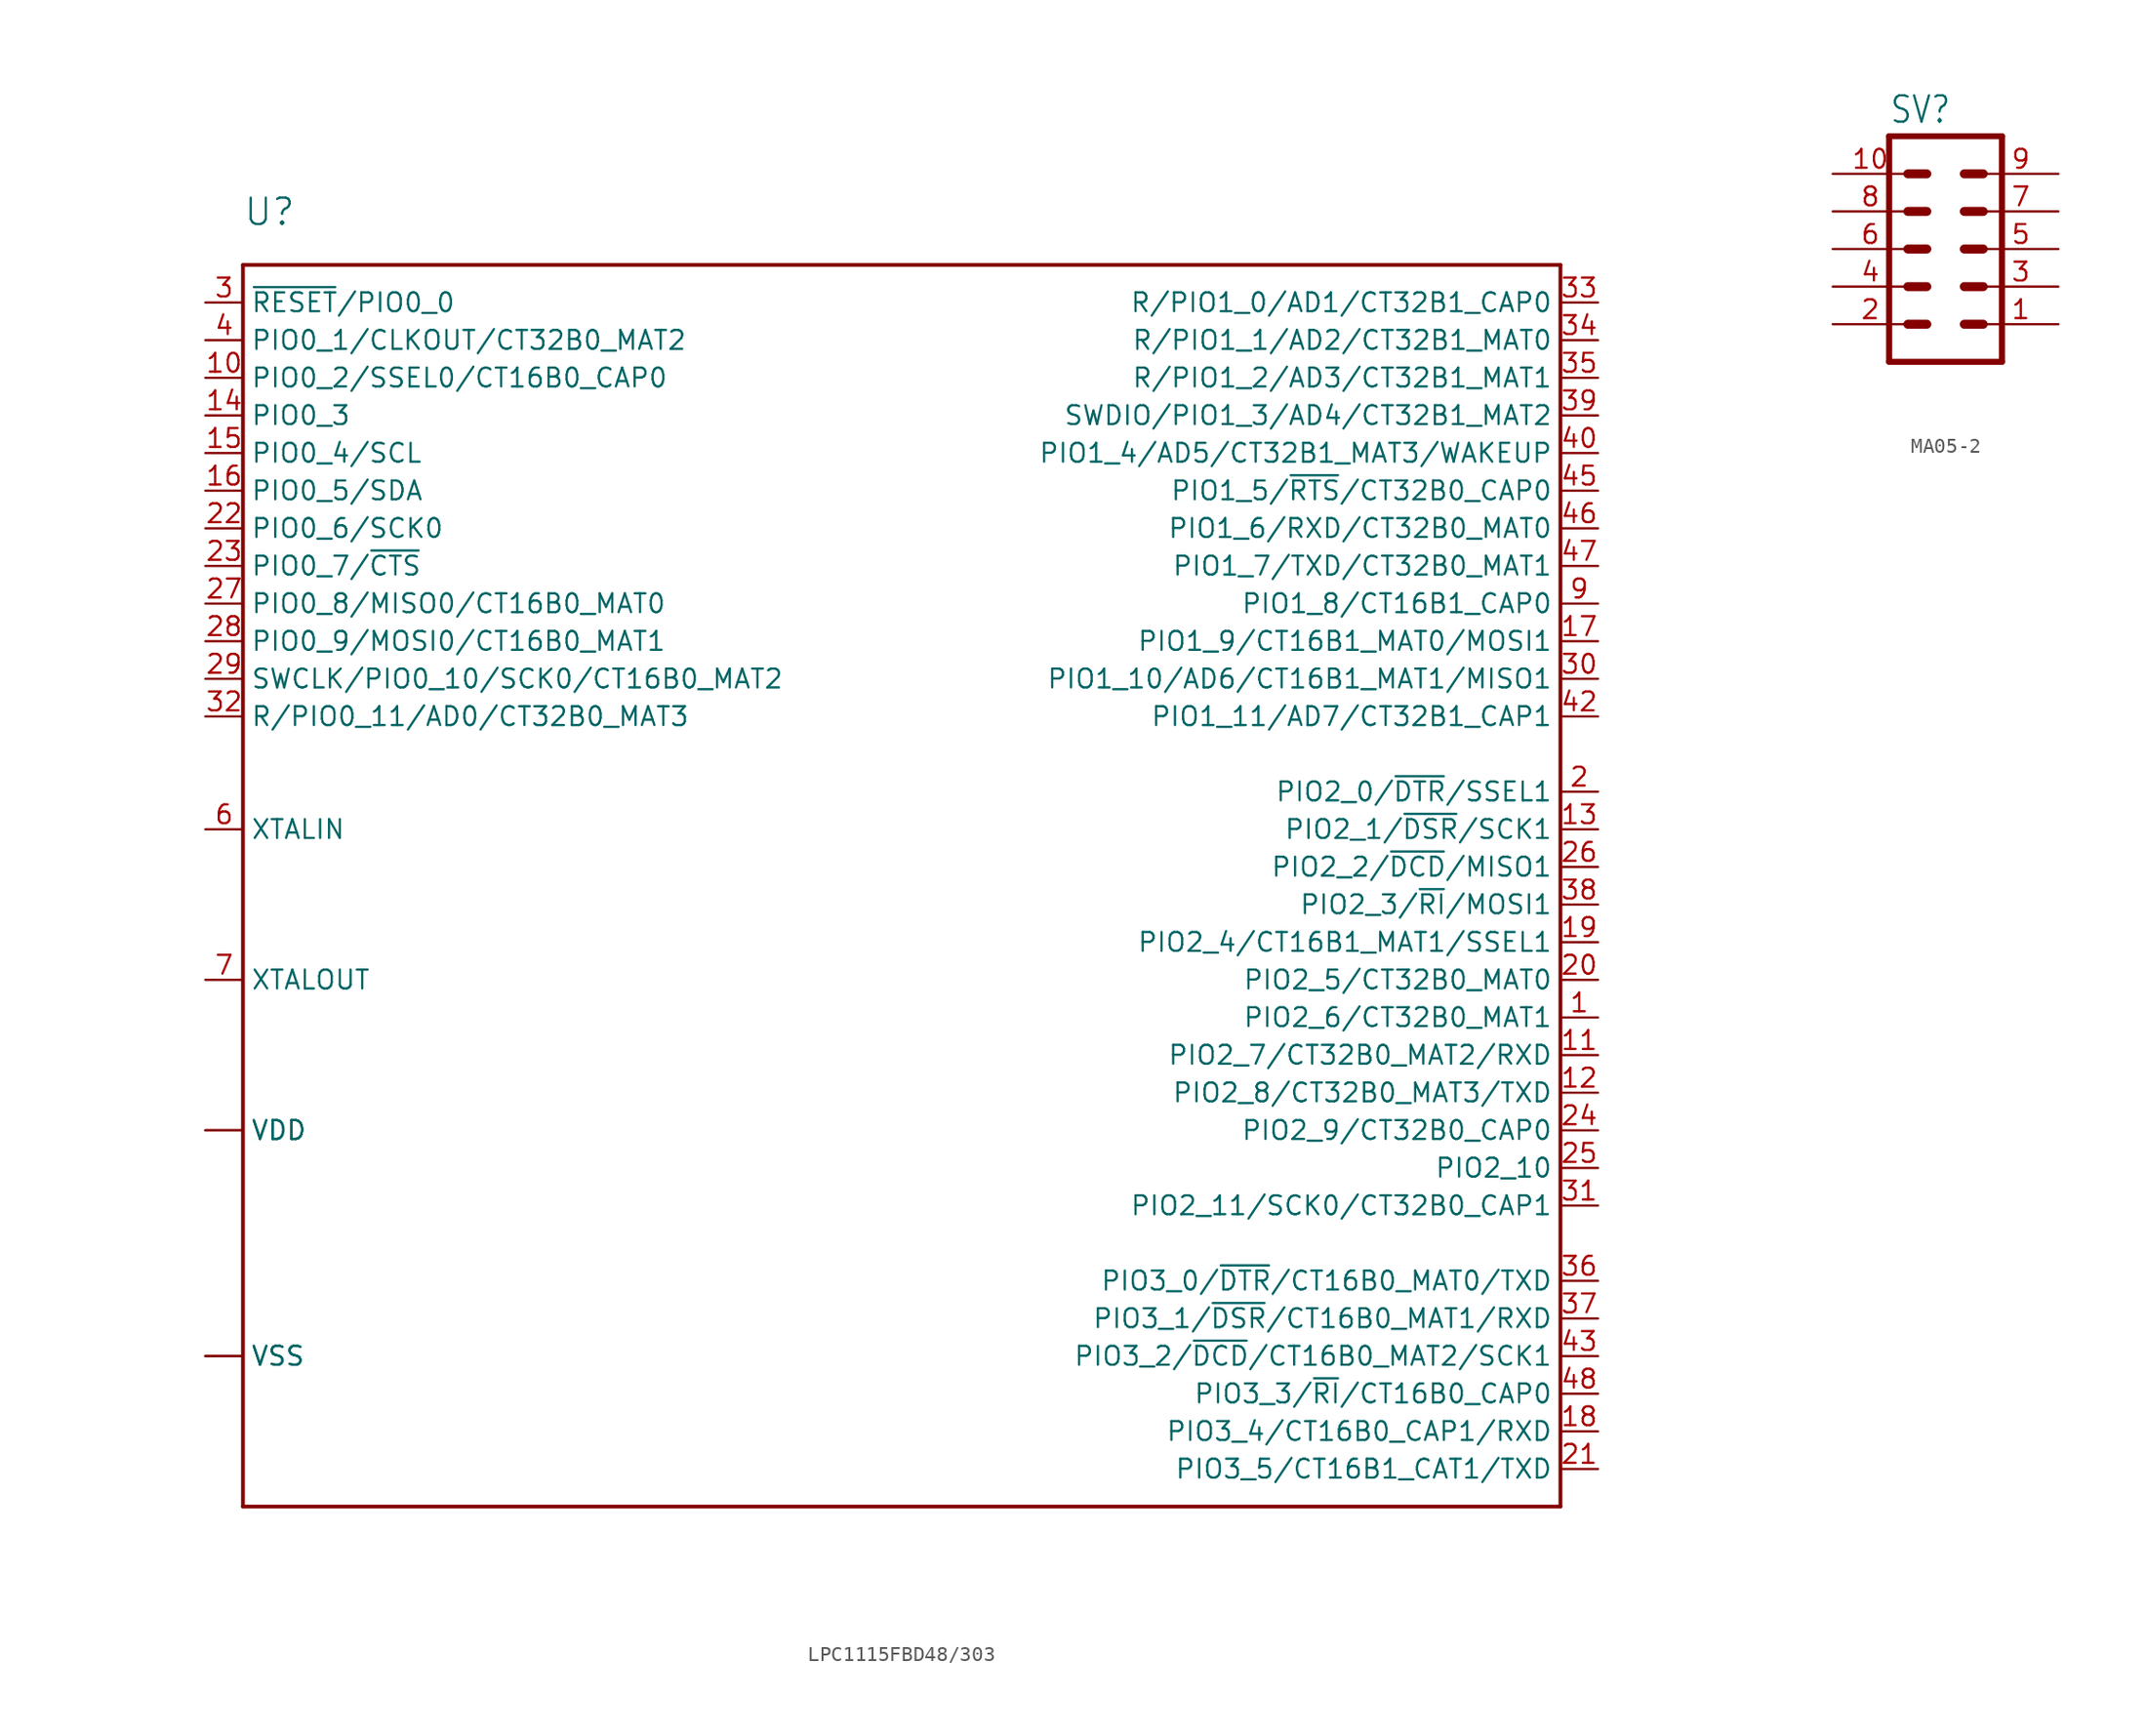
<source format=kicad_sym>
(kicad_symbol_lib
  (version 20220914)
  (generator kicad_symbol_editor)
  (symbol "LPC1115FBD48/303"
    (property "Reference" "U"
      (at -43.18 43.18 0)
      (effects (font (size 1.778 1.778)) (justify left bottom)))
    (property "Value" ""
      (at 35.56 43.18 0)
      (effects (font (size 1.778 1.778)) (justify left bottom)))
    (property "ki_locked" ""
      (at 0 0 0)
      (effects (font (size 1.27 1.27))))
    (symbol "LPC1115FBD48/303_1_0"
      (polyline (pts (xy -43.18 -43.18) (xy -43.18 40.64)) (stroke (width 0.254) (type solid)) (fill (type none)))
      (polyline (pts (xy -43.18 40.64) (xy 45.72 40.64)) (stroke (width 0.254) (type solid)) (fill (type none)))
      (polyline (pts (xy 45.72 -43.18) (xy -43.18 -43.18)) (stroke (width 0.254) (type solid)) (fill (type none)))
      (polyline (pts (xy 45.72 40.64) (xy 45.72 -43.18)) (stroke (width 0.254) (type solid)) (fill (type none)))
      (pin bidirectional line (at 48.26 -10.16 180) (length 2.54) (name "PIO2_6/CT32B0_MAT1" (effects (font (size 1.27 1.27)))) (number "1" (effects (font (size 1.27 1.27)))))
      (pin bidirectional line (at -45.72 33.02 0) (length 2.54) (name "PIO0_2/SSEL0/CT16B0_CAP0" (effects (font (size 1.27 1.27)))) (number "10" (effects (font (size 1.27 1.27)))))
      (pin bidirectional line (at 48.26 -12.7 180) (length 2.54) (name "PIO2_7/CT32B0_MAT2/RXD" (effects (font (size 1.27 1.27)))) (number "11" (effects (font (size 1.27 1.27)))))
      (pin bidirectional line (at 48.26 -15.24 180) (length 2.54) (name "PIO2_8/CT32B0_MAT3/TXD" (effects (font (size 1.27 1.27)))) (number "12" (effects (font (size 1.27 1.27)))))
      (pin bidirectional line (at 48.26 2.54 180) (length 2.54) (name "PIO2_1/~{DSR}/SCK1" (effects (font (size 1.27 1.27)))) (number "13" (effects (font (size 1.27 1.27)))))
      (pin bidirectional line (at -45.72 30.48 0) (length 2.54) (name "PIO0_3" (effects (font (size 1.27 1.27)))) (number "14" (effects (font (size 1.27 1.27)))))
      (pin bidirectional line (at -45.72 27.94 0) (length 2.54) (name "PIO0_4/SCL" (effects (font (size 1.27 1.27)))) (number "15" (effects (font (size 1.27 1.27)))))
      (pin bidirectional line (at -45.72 25.4 0) (length 2.54) (name "PIO0_5/SDA" (effects (font (size 1.27 1.27)))) (number "16" (effects (font (size 1.27 1.27)))))
      (pin bidirectional line (at 48.26 15.24 180) (length 2.54) (name "PIO1_9/CT16B1_MAT0/MOSI1" (effects (font (size 1.27 1.27)))) (number "17" (effects (font (size 1.27 1.27)))))
      (pin bidirectional line (at 48.26 -38.1 180) (length 2.54) (name "PIO3_4/CT16B0_CAP1/RXD" (effects (font (size 1.27 1.27)))) (number "18" (effects (font (size 1.27 1.27)))))
      (pin bidirectional line (at 48.26 -5.08 180) (length 2.54) (name "PIO2_4/CT16B1_MAT1/SSEL1" (effects (font (size 1.27 1.27)))) (number "19" (effects (font (size 1.27 1.27)))))
      (pin bidirectional line (at 48.26 5.08 180) (length 2.54) (name "PIO2_0/~{DTR}/SSEL1" (effects (font (size 1.27 1.27)))) (number "2" (effects (font (size 1.27 1.27)))))
      (pin bidirectional line (at 48.26 -7.62 180) (length 2.54) (name "PIO2_5/CT32B0_MAT0" (effects (font (size 1.27 1.27)))) (number "20" (effects (font (size 1.27 1.27)))))
      (pin bidirectional line (at 48.26 -40.64 180) (length 2.54) (name "PIO3_5/CT16B1_CAT1/TXD" (effects (font (size 1.27 1.27)))) (number "21" (effects (font (size 1.27 1.27)))))
      (pin bidirectional line (at -45.72 22.86 0) (length 2.54) (name "PIO0_6/SCK0" (effects (font (size 1.27 1.27)))) (number "22" (effects (font (size 1.27 1.27)))))
      (pin bidirectional line (at -45.72 20.32 0) (length 2.54) (name "PIO0_7/~{CTS}" (effects (font (size 1.27 1.27)))) (number "23" (effects (font (size 1.27 1.27)))))
      (pin bidirectional line (at 48.26 -17.78 180) (length 2.54) (name "PIO2_9/CT32B0_CAP0" (effects (font (size 1.27 1.27)))) (number "24" (effects (font (size 1.27 1.27)))))
      (pin bidirectional line (at 48.26 -20.32 180) (length 2.54) (name "PIO2_10" (effects (font (size 1.27 1.27)))) (number "25" (effects (font (size 1.27 1.27)))))
      (pin bidirectional line (at 48.26 0 180) (length 2.54) (name "PIO2_2/~{DCD}/MISO1" (effects (font (size 1.27 1.27)))) (number "26" (effects (font (size 1.27 1.27)))))
      (pin bidirectional line (at -45.72 17.78 0) (length 2.54) (name "PIO0_8/MISO0/CT16B0_MAT0" (effects (font (size 1.27 1.27)))) (number "27" (effects (font (size 1.27 1.27)))))
      (pin bidirectional line (at -45.72 15.24 0) (length 2.54) (name "PIO0_9/MOSI0/CT16B0_MAT1" (effects (font (size 1.27 1.27)))) (number "28" (effects (font (size 1.27 1.27)))))
      (pin bidirectional line (at -45.72 12.7 0) (length 2.54) (name "SWCLK/PIO0_10/SCK0/CT16B0_MAT2" (effects (font (size 1.27 1.27)))) (number "29" (effects (font (size 1.27 1.27)))))
      (pin bidirectional line (at -45.72 38.1 0) (length 2.54) (name "~{RESET}/PIO0_0" (effects (font (size 1.27 1.27)))) (number "3" (effects (font (size 1.27 1.27)))))
      (pin bidirectional line (at 48.26 12.7 180) (length 2.54) (name "PIO1_10/AD6/CT16B1_MAT1/MISO1" (effects (font (size 1.27 1.27)))) (number "30" (effects (font (size 1.27 1.27)))))
      (pin bidirectional line (at 48.26 -22.86 180) (length 2.54) (name "PIO2_11/SCK0/CT32B0_CAP1" (effects (font (size 1.27 1.27)))) (number "31" (effects (font (size 1.27 1.27)))))
      (pin bidirectional line (at -45.72 10.16 0) (length 2.54) (name "R/PIO0_11/AD0/CT32B0_MAT3" (effects (font (size 1.27 1.27)))) (number "32" (effects (font (size 1.27 1.27)))))
      (pin bidirectional line (at 48.26 38.1 180) (length 2.54) (name "R/PIO1_0/AD1/CT32B1_CAP0" (effects (font (size 1.27 1.27)))) (number "33" (effects (font (size 1.27 1.27)))))
      (pin bidirectional line (at 48.26 35.56 180) (length 2.54) (name "R/PIO1_1/AD2/CT32B1_MAT0" (effects (font (size 1.27 1.27)))) (number "34" (effects (font (size 1.27 1.27)))))
      (pin bidirectional line (at 48.26 33.02 180) (length 2.54) (name "R/PIO1_2/AD3/CT32B1_MAT1" (effects (font (size 1.27 1.27)))) (number "35" (effects (font (size 1.27 1.27)))))
      (pin bidirectional line (at 48.26 -27.94 180) (length 2.54) (name "PIO3_0/~{DTR}/CT16B0_MAT0/TXD" (effects (font (size 1.27 1.27)))) (number "36" (effects (font (size 1.27 1.27)))))
      (pin bidirectional line (at 48.26 -30.48 180) (length 2.54) (name "PIO3_1/~{DSR}/CT16B0_MAT1/RXD" (effects (font (size 1.27 1.27)))) (number "37" (effects (font (size 1.27 1.27)))))
      (pin bidirectional line (at 48.26 -2.54 180) (length 2.54) (name "PIO2_3/~{RI}/MOSI1" (effects (font (size 1.27 1.27)))) (number "38" (effects (font (size 1.27 1.27)))))
      (pin bidirectional line (at 48.26 30.48 180) (length 2.54) (name "SWDIO/PIO1_3/AD4/CT32B1_MAT2" (effects (font (size 1.27 1.27)))) (number "39" (effects (font (size 1.27 1.27)))))
      (pin bidirectional line (at -45.72 35.56 0) (length 2.54) (name "PIO0_1/CLKOUT/CT32B0_MAT2" (effects (font (size 1.27 1.27)))) (number "4" (effects (font (size 1.27 1.27)))))
      (pin bidirectional line (at 48.26 27.94 180) (length 2.54) (name "PIO1_4/AD5/CT32B1_MAT3/WAKEUP" (effects (font (size 1.27 1.27)))) (number "40" (effects (font (size 1.27 1.27)))))
      (pin power_in line (at -45.72 -33.02 0) (length 2.54) (name "VSS" (effects (font (size 1.27 1.27)))) (number "41" (effects (font (size 0 0)))))
      (pin bidirectional line (at 48.26 10.16 180) (length 2.54) (name "PIO1_11/AD7/CT32B1_CAP1" (effects (font (size 1.27 1.27)))) (number "42" (effects (font (size 1.27 1.27)))))
      (pin bidirectional line (at 48.26 -33.02 180) (length 2.54) (name "PIO3_2/~{DCD}/CT16B0_MAT2/SCK1" (effects (font (size 1.27 1.27)))) (number "43" (effects (font (size 1.27 1.27)))))
      (pin power_in line (at -45.72 -17.78 0) (length 2.54) (name "VDD" (effects (font (size 1.27 1.27)))) (number "44" (effects (font (size 0 0)))))
      (pin bidirectional line (at 48.26 25.4 180) (length 2.54) (name "PIO1_5/~{RTS}/CT32B0_CAP0" (effects (font (size 1.27 1.27)))) (number "45" (effects (font (size 1.27 1.27)))))
      (pin bidirectional line (at 48.26 22.86 180) (length 2.54) (name "PIO1_6/RXD/CT32B0_MAT0" (effects (font (size 1.27 1.27)))) (number "46" (effects (font (size 1.27 1.27)))))
      (pin bidirectional line (at 48.26 20.32 180) (length 2.54) (name "PIO1_7/TXD/CT32B0_MAT1" (effects (font (size 1.27 1.27)))) (number "47" (effects (font (size 1.27 1.27)))))
      (pin bidirectional line (at 48.26 -35.56 180) (length 2.54) (name "PIO3_3/~{RI}/CT16B0_CAP0" (effects (font (size 1.27 1.27)))) (number "48" (effects (font (size 1.27 1.27)))))
      (pin power_in line (at -45.72 -33.02 0) (length 2.54) (name "VSS" (effects (font (size 1.27 1.27)))) (number "5" (effects (font (size 0 0)))))
      (pin input line (at -45.72 2.54 0) (length 2.54) (name "XTALIN" (effects (font (size 1.27 1.27)))) (number "6" (effects (font (size 1.27 1.27)))))
      (pin output line (at -45.72 -7.62 0) (length 2.54) (name "XTALOUT" (effects (font (size 1.27 1.27)))) (number "7" (effects (font (size 1.27 1.27)))))
      (pin power_in line (at -45.72 -17.78 0) (length 2.54) (name "VDD" (effects (font (size 1.27 1.27)))) (number "8" (effects (font (size 0 0)))))
      (pin bidirectional line (at 48.26 17.78 180) (length 2.54) (name "PIO1_8/CT16B1_CAP0" (effects (font (size 1.27 1.27)))) (number "9" (effects (font (size 1.27 1.27)))))))
  (symbol "MA05-2"
    (property "Reference" "SV"
      (at -3.81 8.382 0)
      (effects (font (size 1.778 1.511)) (justify left bottom)))
    (property "Value" ""
      (at -3.81 -10.16 0)
      (effects (font (size 1.778 1.511)) (justify left bottom)))
    (property "ki_locked" ""
      (at 0 0 0)
      (effects (font (size 1.27 1.27))))
    (symbol "MA05-2_1_0"
      (polyline (pts (xy -3.81 7.62) (xy -3.81 -7.62)) (stroke (width 0.406) (type solid)) (fill (type none)))
      (polyline (pts (xy -3.81 7.62) (xy 3.81 7.62)) (stroke (width 0.406) (type solid)) (fill (type none)))
      (polyline (pts (xy -2.54 -5.08) (xy -1.27 -5.08)) (stroke (width 0.61) (type solid)) (fill (type none)))
      (polyline (pts (xy -2.54 -2.54) (xy -1.27 -2.54)) (stroke (width 0.61) (type solid)) (fill (type none)))
      (polyline (pts (xy -2.54 0) (xy -1.27 0)) (stroke (width 0.61) (type solid)) (fill (type none)))
      (polyline (pts (xy -2.54 2.54) (xy -1.27 2.54)) (stroke (width 0.61) (type solid)) (fill (type none)))
      (polyline (pts (xy -2.54 5.08) (xy -1.27 5.08)) (stroke (width 0.61) (type solid)) (fill (type none)))
      (polyline (pts (xy 1.27 -5.08) (xy 2.54 -5.08)) (stroke (width 0.61) (type solid)) (fill (type none)))
      (polyline (pts (xy 1.27 -2.54) (xy 2.54 -2.54)) (stroke (width 0.61) (type solid)) (fill (type none)))
      (polyline (pts (xy 1.27 0) (xy 2.54 0)) (stroke (width 0.61) (type solid)) (fill (type none)))
      (polyline (pts (xy 1.27 2.54) (xy 2.54 2.54)) (stroke (width 0.61) (type solid)) (fill (type none)))
      (polyline (pts (xy 1.27 5.08) (xy 2.54 5.08)) (stroke (width 0.61) (type solid)) (fill (type none)))
      (polyline (pts (xy 3.81 -7.62) (xy -3.81 -7.62)) (stroke (width 0.406) (type solid)) (fill (type none)))
      (polyline (pts (xy 3.81 -7.62) (xy 3.81 7.62)) (stroke (width 0.406) (type solid)) (fill (type none)))
      (pin passive line (at 7.62 -5.08 180) (length 5.08) (name "1" (effects (font (size 0 0)))) (number "1" (effects (font (size 1.27 1.27)))))
      (pin passive line (at -7.62 5.08 0) (length 5.08) (name "10" (effects (font (size 0 0)))) (number "10" (effects (font (size 1.27 1.27)))))
      (pin passive line (at -7.62 -5.08 0) (length 5.08) (name "2" (effects (font (size 0 0)))) (number "2" (effects (font (size 1.27 1.27)))))
      (pin passive line (at 7.62 -2.54 180) (length 5.08) (name "3" (effects (font (size 0 0)))) (number "3" (effects (font (size 1.27 1.27)))))
      (pin passive line (at -7.62 -2.54 0) (length 5.08) (name "4" (effects (font (size 0 0)))) (number "4" (effects (font (size 1.27 1.27)))))
      (pin passive line (at 7.62 0 180) (length 5.08) (name "5" (effects (font (size 0 0)))) (number "5" (effects (font (size 1.27 1.27)))))
      (pin passive line (at -7.62 0 0) (length 5.08) (name "6" (effects (font (size 0 0)))) (number "6" (effects (font (size 1.27 1.27)))))
      (pin passive line (at 7.62 2.54 180) (length 5.08) (name "7" (effects (font (size 0 0)))) (number "7" (effects (font (size 1.27 1.27)))))
      (pin passive line (at -7.62 2.54 0) (length 5.08) (name "8" (effects (font (size 0 0)))) (number "8" (effects (font (size 1.27 1.27)))))
      (pin passive line (at 7.62 5.08 180) (length 5.08) (name "9" (effects (font (size 0 0)))) (number "9" (effects (font (size 1.27 1.27))))))))
</source>
